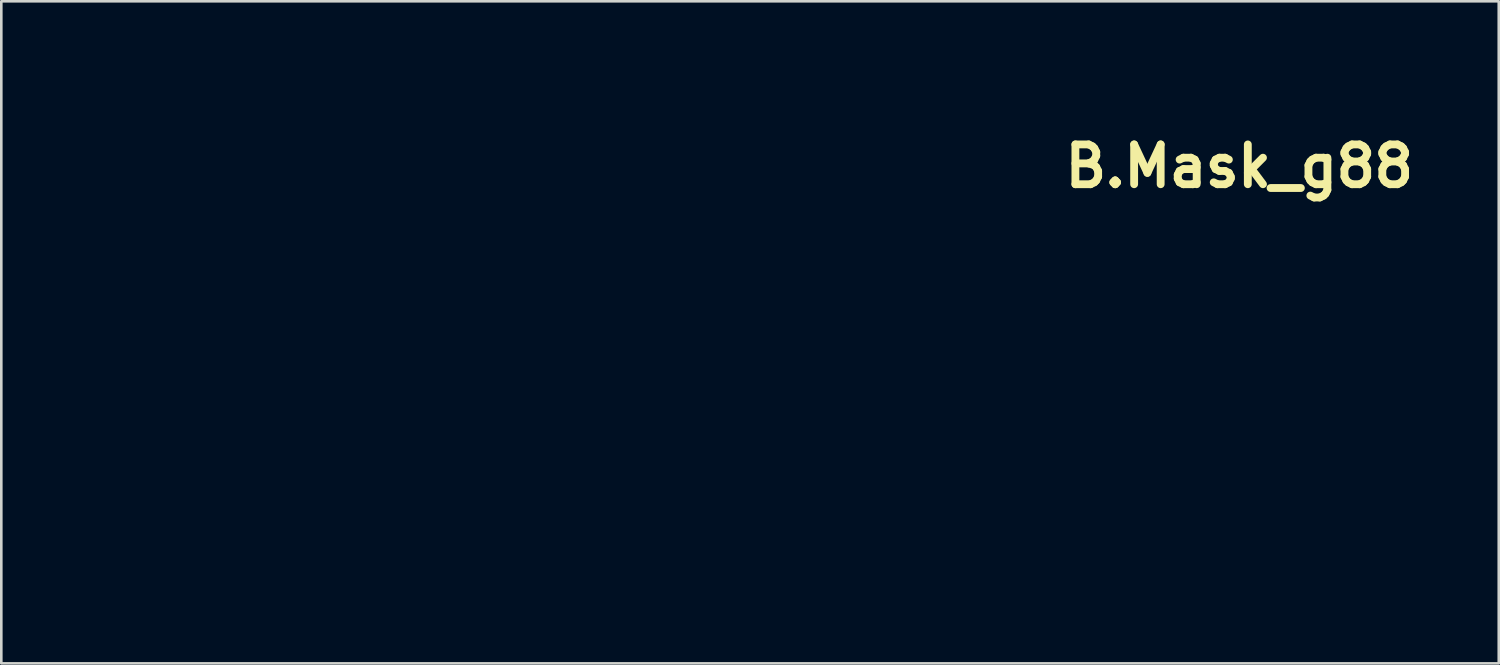
<source format=kicad_pcb>
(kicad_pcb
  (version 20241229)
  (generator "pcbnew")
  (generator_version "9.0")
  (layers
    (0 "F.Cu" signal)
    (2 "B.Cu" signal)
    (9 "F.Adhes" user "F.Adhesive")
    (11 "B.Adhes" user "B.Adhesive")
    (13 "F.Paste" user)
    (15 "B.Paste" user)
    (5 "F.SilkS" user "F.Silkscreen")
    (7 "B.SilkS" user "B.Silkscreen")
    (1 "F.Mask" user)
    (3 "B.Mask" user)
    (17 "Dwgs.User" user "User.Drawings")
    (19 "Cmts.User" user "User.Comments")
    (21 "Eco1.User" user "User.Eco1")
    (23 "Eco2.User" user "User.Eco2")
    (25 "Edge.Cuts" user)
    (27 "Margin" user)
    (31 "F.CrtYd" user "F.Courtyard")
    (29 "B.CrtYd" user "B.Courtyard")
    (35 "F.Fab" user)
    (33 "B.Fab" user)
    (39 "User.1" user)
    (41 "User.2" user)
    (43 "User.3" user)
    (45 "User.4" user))
  (footprint "B.Mask_g88"
    (layer "F.Cu")
    (at 44.419 3.317)
    (property "Reference" "B.Mask_g88" (at 0 0 0) (layer "F.SilkS") (effects (font (size 1.524 1.524) (thickness 0.3))))
    (attr through_hole)
    (fp_poly (pts (xy -42.389 10.816) (xy -42.211 10.864) (xy -42.043 10.952) (xy -41.888 11.078) (xy -41.746 11.241) (xy -41.621 11.442) (xy -41.606 11.471) (xy -41.55 11.586) (xy -41.506 11.689) (xy -41.471 11.794) (xy -41.439 11.913) (xy -41.407 12.059) (xy -41.403 12.076) (xy -41.352 12.413) (xy -41.332 12.763) (xy -41.342 13.119) (xy -41.38 13.478) (xy -41.446 13.833) (xy -41.538 14.18) (xy -41.654 14.514) (xy -41.794 14.83) (xy -41.955 15.123) (xy -42.137 15.387) (xy -42.329 15.607) (xy -42.474 15.74) (xy -42.628 15.854) (xy -42.78 15.943) (xy -42.878 15.986) (xy -42.977 16.012) (xy -43.099 16.029) (xy -43.227 16.038) (xy -43.346 16.036) (xy -43.439 16.023) (xy -43.601 15.961) (xy -43.757 15.862) (xy -43.902 15.728) (xy -44.033 15.566) (xy -44.145 15.378) (xy -44.217 15.216) (xy -44.306 14.94) (xy -44.368 14.648) (xy -44.403 14.343) (xy -44.414 14.029) (xy -44.401 13.709) (xy -44.366 13.389) (xy -44.309 13.07) (xy -44.232 12.758) (xy -44.135 12.455) (xy -44.02 12.167) (xy -43.889 11.895) (xy -43.741 11.645) (xy -43.578 11.421) (xy -43.401 11.225) (xy -43.212 11.061) (xy -43.011 10.935) (xy -42.967 10.913) (xy -42.769 10.839) (xy -42.576 10.807) (xy -42.389 10.816)) (stroke (width 0.01) (type solid)) (fill yes) (layer "B.Mask"))
    (fp_poly (pts (xy -16.849 7.405) (xy -16.695 7.415) (xy -16.584 7.427) (xy -16.209 7.505) (xy -15.851 7.621) (xy -15.513 7.77) (xy -15.194 7.952) (xy -14.898 8.164) (xy -14.626 8.404) (xy -14.378 8.669) (xy -14.156 8.958) (xy -13.962 9.267) (xy -13.798 9.595) (xy -13.664 9.939) (xy -13.562 10.298) (xy -13.494 10.668) (xy -13.461 11.047) (xy -13.464 11.434) (xy -13.506 11.826) (xy -13.568 12.146) (xy -13.679 12.524) (xy -13.83 12.889) (xy -14.017 13.236) (xy -14.239 13.563) (xy -14.494 13.865) (xy -14.52 13.893) (xy -14.724 14.094) (xy -14.921 14.264) (xy -15.125 14.412) (xy -15.345 14.546) (xy -15.531 14.644) (xy -15.865 14.791) (xy -16.199 14.9) (xy -16.539 14.972) (xy -16.892 15.007) (xy -17.263 15.008) (xy -17.325 15.004) (xy -17.693 14.963) (xy -18.049 14.881) (xy -18.393 14.763) (xy -18.722 14.609) (xy -19.033 14.423) (xy -19.325 14.205) (xy -19.595 13.958) (xy -19.842 13.684) (xy -20.062 13.385) (xy -20.255 13.064) (xy -20.417 12.722) (xy -20.547 12.361) (xy -20.643 11.983) (xy -20.682 11.758) (xy -20.695 11.637) (xy -20.703 11.485) (xy -20.708 11.315) (xy -20.709 11.138) (xy -20.705 10.966) (xy -20.697 10.81) (xy -20.686 10.682) (xy -20.682 10.657) (xy -20.603 10.25) (xy -20.485 9.861) (xy -20.331 9.491) (xy -20.139 9.141) (xy -19.912 8.813) (xy -19.649 8.507) (xy -19.634 8.491) (xy -19.348 8.223) (xy -19.046 7.992) (xy -18.725 7.8) (xy -18.384 7.643) (xy -18.02 7.522) (xy -17.653 7.439) (xy -17.528 7.422) (xy -17.373 7.41) (xy -17.2 7.403) (xy -17.022 7.402) (xy -16.849 7.405)) (stroke (width 0.01) (type solid)) (fill yes) (layer "B.Mask"))
    (fp_poly (pts (xy -30.046 -3.282) (xy -29.733 -3.213) (xy -29.429 -3.104) (xy -29.136 -2.956) (xy -28.855 -2.768) (xy -28.706 -2.648) (xy -28.499 -2.447) (xy -28.3 -2.211) (xy -28.113 -1.945) (xy -27.943 -1.655) (xy -27.793 -1.348) (xy -27.698 -1.114) (xy -27.617 -0.875) (xy -27.54 -0.608) (xy -27.471 -0.327) (xy -27.417 -0.064) (xy -27.401 0.024) (xy -27.388 0.102) (xy -27.378 0.175) (xy -27.371 0.25) (xy -27.366 0.334) (xy -27.363 0.433) (xy -27.361 0.555) (xy -27.36 0.704) (xy -27.359 0.889) (xy -27.359 0.921) (xy -27.36 1.122) (xy -27.361 1.288) (xy -27.363 1.427) (xy -27.368 1.544) (xy -27.374 1.648) (xy -27.382 1.746) (xy -27.393 1.844) (xy -27.405 1.937) (xy -27.524 2.66) (xy -27.681 3.364) (xy -27.876 4.05) (xy -28.107 4.716) (xy -28.377 5.362) (xy -28.572 5.772) (xy -28.81 6.226) (xy -29.051 6.639) (xy -29.295 7.012) (xy -29.545 7.346) (xy -29.801 7.644) (xy -30.066 7.905) (xy -30.34 8.132) (xy -30.625 8.325) (xy -30.923 8.487) (xy -31.235 8.617) (xy -31.563 8.718) (xy -31.907 8.791) (xy -32.074 8.816) (xy -32.183 8.826) (xy -32.319 8.835) (xy -32.473 8.841) (xy -32.637 8.844) (xy -32.803 8.845) (xy -32.96 8.844) (xy -33.101 8.84) (xy -33.216 8.833) (xy -33.291 8.824) (xy -33.452 8.78) (xy -33.63 8.702) (xy -33.819 8.592) (xy -34.016 8.451) (xy -34.218 8.284) (xy -34.42 8.092) (xy -34.45 8.061) (xy -34.708 7.768) (xy -34.93 7.457) (xy -35.12 7.123) (xy -35.279 6.762) (xy -35.333 6.615) (xy -35.413 6.363) (xy -35.477 6.114) (xy -35.525 5.86) (xy -35.561 5.591) (xy -35.584 5.299) (xy -35.596 4.974) (xy -35.596 4.974) (xy -35.593 4.324) (xy -35.553 3.68) (xy -35.479 3.048) (xy -35.37 2.431) (xy -35.227 1.833) (xy -35.066 1.3) (xy -34.897 0.838) (xy -34.704 0.385) (xy -34.491 -0.056) (xy -34.259 -0.481) (xy -34.011 -0.886) (xy -33.75 -1.268) (xy -33.477 -1.621) (xy -33.196 -1.944) (xy -32.908 -2.23) (xy -32.679 -2.429) (xy -32.352 -2.671) (xy -32.022 -2.875) (xy -31.689 -3.041) (xy -31.355 -3.167) (xy -31.022 -3.255) (xy -30.692 -3.303) (xy -30.366 -3.312) (xy -30.046 -3.282)) (stroke (width 0.01) (type solid)) (fill yes) (layer "B.Mask")))
  (gr_rect
    (start -3 -3)
    (end 54.357 22.36)
    (stroke (width 0.1) (type default))
    (fill no)
    (layer "Edge.Cuts")))
</source>
